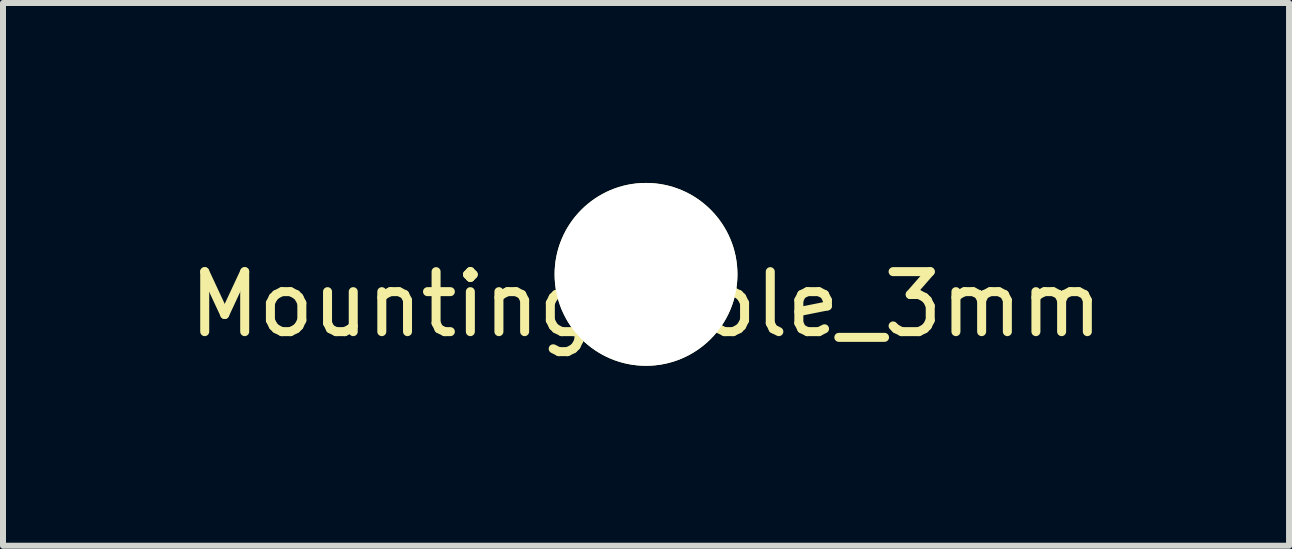
<source format=kicad_pcb>
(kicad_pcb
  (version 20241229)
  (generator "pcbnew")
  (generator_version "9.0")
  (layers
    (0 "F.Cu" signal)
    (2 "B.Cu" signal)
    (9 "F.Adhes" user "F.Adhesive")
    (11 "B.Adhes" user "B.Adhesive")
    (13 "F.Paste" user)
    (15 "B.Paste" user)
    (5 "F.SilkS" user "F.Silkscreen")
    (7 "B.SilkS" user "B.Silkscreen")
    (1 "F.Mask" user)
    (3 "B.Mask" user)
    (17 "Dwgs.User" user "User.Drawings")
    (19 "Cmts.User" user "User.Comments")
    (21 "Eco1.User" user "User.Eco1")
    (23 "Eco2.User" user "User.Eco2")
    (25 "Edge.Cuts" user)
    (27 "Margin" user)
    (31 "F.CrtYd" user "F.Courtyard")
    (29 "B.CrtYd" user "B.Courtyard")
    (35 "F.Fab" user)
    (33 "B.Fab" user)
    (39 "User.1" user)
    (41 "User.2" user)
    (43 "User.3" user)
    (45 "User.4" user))
  (footprint "Mounting_Hole_3mm"
    (layer "F.Cu")
    (at 7.72 1.524)
    (property "Reference" "Mounting_Hole_3mm" (at 0 0.5 0) (layer "F.SilkS") (effects (font (size 1 1) (thickness 0.15))))
    (attr through_hole)
    (pad "" np_thru_hole circle (at 0 0) (size 3.048 3.048) (drill 3.048) (layers "*.Cu" "*.Mask" "F.SilkS")))
  (gr_rect
    (start -3 -3)
    (end 18.44 6.048)
    (stroke (width 0.1) (type default))
    (fill no)
    (layer "Edge.Cuts")))
</source>
